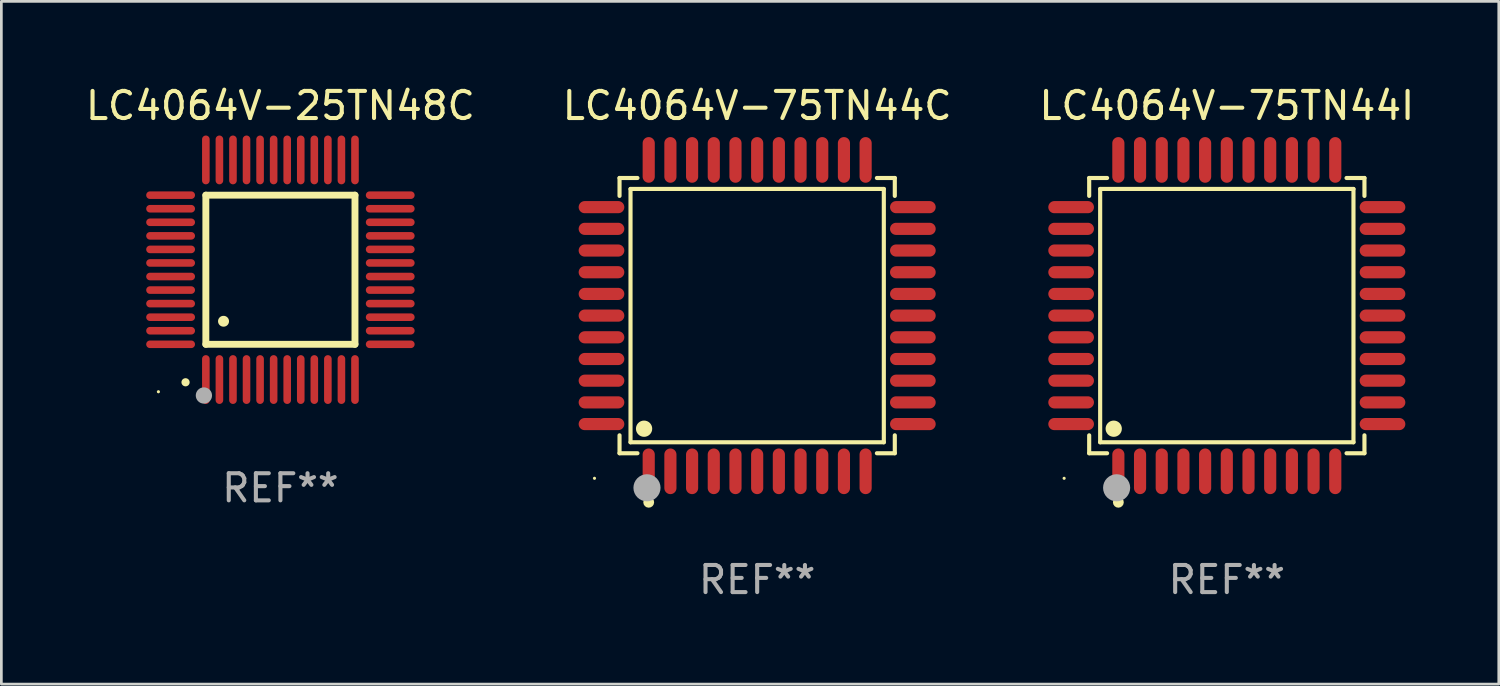
<source format=kicad_pcb>
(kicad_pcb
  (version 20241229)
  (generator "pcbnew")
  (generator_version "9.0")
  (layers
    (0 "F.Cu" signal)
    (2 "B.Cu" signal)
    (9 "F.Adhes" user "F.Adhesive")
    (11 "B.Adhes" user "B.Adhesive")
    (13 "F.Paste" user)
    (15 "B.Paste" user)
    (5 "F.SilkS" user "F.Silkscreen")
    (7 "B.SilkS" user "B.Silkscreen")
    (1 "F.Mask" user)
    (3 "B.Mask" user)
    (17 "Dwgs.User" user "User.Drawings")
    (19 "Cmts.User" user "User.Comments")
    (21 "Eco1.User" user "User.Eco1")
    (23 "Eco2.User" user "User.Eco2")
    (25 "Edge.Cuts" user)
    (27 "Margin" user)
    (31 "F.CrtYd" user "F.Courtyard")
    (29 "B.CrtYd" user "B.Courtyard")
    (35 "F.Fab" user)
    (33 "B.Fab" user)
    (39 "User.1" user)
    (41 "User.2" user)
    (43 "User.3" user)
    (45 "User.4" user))
  (footprint "LC4064V-25TN48C"
    (layer "F.Cu")
    (at 7.292 6.898)
    (property "Reference" "LC4064V-25TN48C" (at 0 -6.05 0) (layer "F.SilkS") (effects (font (size 1 1) (thickness 0.15))))
    (attr through_hole)
    (fp_line (start -2.75 -2.75) (end 2.75 -2.75) (stroke (width 0.254) (type solid)) (layer "F.SilkS"))
    (fp_line (start -2.75 2.75) (end -2.75 -2.75) (stroke (width 0.254) (type solid)) (layer "F.SilkS"))
    (fp_line (start 2.75 -2.75) (end 2.75 2.75) (stroke (width 0.254) (type solid)) (layer "F.SilkS"))
    (fp_line (start 2.75 2.75) (end -2.75 2.75) (stroke (width 0.254) (type solid)) (layer "F.SilkS"))
    (fp_arc (start -3.500127 4.150368) (mid -3.498857 4.150363) (end -3.497587 4.150368) (stroke (width 0.3) (type solid)) (layer "F.SilkS"))
    (fp_arc (start -2.100584 1.899924) (mid -2.098044 1.899908) (end -2.095504 1.899924) (stroke (width 0.4) (type solid)) (layer "F.SilkS"))
    (fp_circle (center -4.5 4.5) (end -4.47 4.5) (stroke (width 0.06) (type solid)) (fill no) (layer "F.SilkS"))
    (fp_circle (center -2.822 4.638) (end -2.672 4.638) (stroke (width 0.3) (type solid)) (fill no) (layer "F.Fab"))
    (fp_text user "REF**" (at 0 8.05 0) (layer "F.Fab") (effects (font (size 1 1) (thickness 0.15))))
    (pad "1" smd oval (at -2.75 4.05) (size 0.28 1.8) (layers "F.Cu" "F.Mask" "F.Paste"))
    (pad "2" smd oval (at -2.25 4.05) (size 0.28 1.8) (layers "F.Cu" "F.Mask" "F.Paste"))
    (pad "3" smd oval (at -1.75 4.05) (size 0.28 1.8) (layers "F.Cu" "F.Mask" "F.Paste"))
    (pad "4" smd oval (at -1.25 4.05) (size 0.28 1.8) (layers "F.Cu" "F.Mask" "F.Paste"))
    (pad "5" smd oval (at -0.75 4.05) (size 0.28 1.8) (layers "F.Cu" "F.Mask" "F.Paste"))
    (pad "6" smd oval (at -0.25 4.05) (size 0.28 1.8) (layers "F.Cu" "F.Mask" "F.Paste"))
    (pad "7" smd oval (at 0.25 4.05) (size 0.28 1.8) (layers "F.Cu" "F.Mask" "F.Paste"))
    (pad "8" smd oval (at 0.75 4.05) (size 0.28 1.8) (layers "F.Cu" "F.Mask" "F.Paste"))
    (pad "9" smd oval (at 1.25 4.05) (size 0.28 1.8) (layers "F.Cu" "F.Mask" "F.Paste"))
    (pad "10" smd oval (at 1.75 4.05) (size 0.28 1.8) (layers "F.Cu" "F.Mask" "F.Paste"))
    (pad "11" smd oval (at 2.25 4.05) (size 0.28 1.8) (layers "F.Cu" "F.Mask" "F.Paste"))
    (pad "12" smd oval (at 2.75 4.05) (size 0.28 1.8) (layers "F.Cu" "F.Mask" "F.Paste"))
    (pad "13" smd oval (at 4.05 2.75) (size 1.8 0.28) (layers "F.Cu" "F.Mask" "F.Paste"))
    (pad "14" smd oval (at 4.05 2.25) (size 1.8 0.28) (layers "F.Cu" "F.Mask" "F.Paste"))
    (pad "15" smd oval (at 4.05 1.75) (size 1.8 0.28) (layers "F.Cu" "F.Mask" "F.Paste"))
    (pad "16" smd oval (at 4.05 1.25) (size 1.8 0.28) (layers "F.Cu" "F.Mask" "F.Paste"))
    (pad "17" smd oval (at 4.05 0.75) (size 1.8 0.28) (layers "F.Cu" "F.Mask" "F.Paste"))
    (pad "18" smd oval (at 4.05 0.25) (size 1.8 0.28) (layers "F.Cu" "F.Mask" "F.Paste"))
    (pad "19" smd oval (at 4.05 -0.25) (size 1.8 0.28) (layers "F.Cu" "F.Mask" "F.Paste"))
    (pad "20" smd oval (at 4.05 -0.75) (size 1.8 0.28) (layers "F.Cu" "F.Mask" "F.Paste"))
    (pad "21" smd oval (at 4.05 -1.25) (size 1.8 0.28) (layers "F.Cu" "F.Mask" "F.Paste"))
    (pad "22" smd oval (at 4.05 -1.75) (size 1.8 0.28) (layers "F.Cu" "F.Mask" "F.Paste"))
    (pad "23" smd oval (at 4.05 -2.25) (size 1.8 0.28) (layers "F.Cu" "F.Mask" "F.Paste"))
    (pad "24" smd oval (at 4.05 -2.75) (size 1.8 0.28) (layers "F.Cu" "F.Mask" "F.Paste"))
    (pad "25" smd oval (at 2.75 -4.05) (size 0.28 1.8) (layers "F.Cu" "F.Mask" "F.Paste"))
    (pad "26" smd oval (at 2.25 -4.05) (size 0.28 1.8) (layers "F.Cu" "F.Mask" "F.Paste"))
    (pad "27" smd oval (at 1.75 -4.05) (size 0.28 1.8) (layers "F.Cu" "F.Mask" "F.Paste"))
    (pad "28" smd oval (at 1.25 -4.05) (size 0.28 1.8) (layers "F.Cu" "F.Mask" "F.Paste"))
    (pad "29" smd oval (at 0.75 -4.05) (size 0.28 1.8) (layers "F.Cu" "F.Mask" "F.Paste"))
    (pad "30" smd oval (at 0.25 -4.05) (size 0.28 1.8) (layers "F.Cu" "F.Mask" "F.Paste"))
    (pad "31" smd oval (at -0.25 -4.05) (size 0.28 1.8) (layers "F.Cu" "F.Mask" "F.Paste"))
    (pad "32" smd oval (at -0.75 -4.05) (size 0.28 1.8) (layers "F.Cu" "F.Mask" "F.Paste"))
    (pad "33" smd oval (at -1.25 -4.05) (size 0.28 1.8) (layers "F.Cu" "F.Mask" "F.Paste"))
    (pad "34" smd oval (at -1.75 -4.05) (size 0.28 1.8) (layers "F.Cu" "F.Mask" "F.Paste"))
    (pad "35" smd oval (at -2.25 -4.05) (size 0.28 1.8) (layers "F.Cu" "F.Mask" "F.Paste"))
    (pad "36" smd oval (at -2.75 -4.05) (size 0.28 1.8) (layers "F.Cu" "F.Mask" "F.Paste"))
    (pad "37" smd oval (at -4.05 -2.75) (size 1.8 0.28) (layers "F.Cu" "F.Mask" "F.Paste"))
    (pad "38" smd oval (at -4.05 -2.25) (size 1.8 0.28) (layers "F.Cu" "F.Mask" "F.Paste"))
    (pad "39" smd oval (at -4.05 -1.75) (size 1.8 0.28) (layers "F.Cu" "F.Mask" "F.Paste"))
    (pad "40" smd oval (at -4.05 -1.25) (size 1.8 0.28) (layers "F.Cu" "F.Mask" "F.Paste"))
    (pad "41" smd oval (at -4.05 -0.75) (size 1.8 0.28) (layers "F.Cu" "F.Mask" "F.Paste"))
    (pad "42" smd oval (at -4.05 -0.25) (size 1.8 0.28) (layers "F.Cu" "F.Mask" "F.Paste"))
    (pad "43" smd oval (at -4.05 0.25) (size 1.8 0.28) (layers "F.Cu" "F.Mask" "F.Paste"))
    (pad "44" smd oval (at -4.05 0.75) (size 1.8 0.28) (layers "F.Cu" "F.Mask" "F.Paste"))
    (pad "45" smd oval (at -4.05 1.25) (size 1.8 0.28) (layers "F.Cu" "F.Mask" "F.Paste"))
    (pad "46" smd oval (at -4.05 1.75) (size 1.8 0.28) (layers "F.Cu" "F.Mask" "F.Paste"))
    (pad "47" smd oval (at -4.05 2.25) (size 1.8 0.28) (layers "F.Cu" "F.Mask" "F.Paste"))
    (pad "48" smd oval (at -4.05 2.75) (size 1.8 0.28) (layers "F.Cu" "F.Mask" "F.Paste")))
  (footprint "LC4064V-75TN44C"
    (layer "F.Cu")
    (at 24.875 8.59)
    (property "Reference" "LC4064V-75TN44C" (at 0 -7.742 0) (layer "F.SilkS") (effects (font (size 1 1) (thickness 0.15))))
    (attr through_hole)
    (fp_line (start -5.076 -5.076) (end -4.415 -5.076) (stroke (width 0.152) (type solid)) (layer "F.SilkS"))
    (fp_line (start -5.076 -4.415) (end -5.076 -5.076) (stroke (width 0.152) (type solid)) (layer "F.SilkS"))
    (fp_line (start -5.076 4.415) (end -5.076 5.076) (stroke (width 0.152) (type solid)) (layer "F.SilkS"))
    (fp_line (start -5.076 5.076) (end -4.415 5.076) (stroke (width 0.152) (type solid)) (layer "F.SilkS"))
    (fp_line (start -4.671 -4.671) (end 4.671 -4.671) (stroke (width 0.152) (type solid)) (layer "F.SilkS"))
    (fp_line (start -4.671 4.671) (end -4.671 -4.671) (stroke (width 0.152) (type solid)) (layer "F.SilkS"))
    (fp_line (start 4.671 -4.671) (end 4.671 4.671) (stroke (width 0.152) (type solid)) (layer "F.SilkS"))
    (fp_line (start 4.671 4.671) (end -4.671 4.671) (stroke (width 0.152) (type solid)) (layer "F.SilkS"))
    (fp_line (start 5.076 -5.076) (end 4.415 -5.076) (stroke (width 0.152) (type solid)) (layer "F.SilkS"))
    (fp_line (start 5.076 -4.415) (end 5.076 -5.076) (stroke (width 0.152) (type solid)) (layer "F.SilkS"))
    (fp_line (start 5.076 4.415) (end 5.076 5.076) (stroke (width 0.152) (type solid)) (layer "F.SilkS"))
    (fp_line (start 5.076 5.076) (end 4.415 5.076) (stroke (width 0.152) (type solid)) (layer "F.SilkS"))
    (fp_circle (center -6 6) (end -5.97 6) (stroke (width 0.06) (type solid)) (fill no) (layer "F.SilkS"))
    (fp_circle (center -4.171 4.171) (end -4.021 4.171) (stroke (width 0.3) (type solid)) (fill no) (layer "F.SilkS"))
    (fp_circle (center -4 6.884) (end -3.9 6.884) (stroke (width 0.2) (type solid)) (fill no) (layer "F.SilkS"))
    (fp_circle (center -4.064 6.35) (end -3.814 6.35) (stroke (width 0.5) (type solid)) (fill no) (layer "F.Fab"))
    (fp_text user "REF**" (at 0 9.742 0) (layer "F.Fab") (effects (font (size 1 1) (thickness 0.15))))
    (pad "1" smd oval (at -4 5.742) (size 0.448 1.684) (layers "F.Cu" "F.Mask" "F.Paste"))
    (pad "2" smd oval (at -3.2 5.742) (size 0.448 1.684) (layers "F.Cu" "F.Mask" "F.Paste"))
    (pad "3" smd oval (at -2.4 5.742) (size 0.448 1.684) (layers "F.Cu" "F.Mask" "F.Paste"))
    (pad "4" smd oval (at -1.6 5.742) (size 0.448 1.684) (layers "F.Cu" "F.Mask" "F.Paste"))
    (pad "5" smd oval (at -0.8 5.742) (size 0.448 1.684) (layers "F.Cu" "F.Mask" "F.Paste"))
    (pad "6" smd oval (at 0 5.742) (size 0.448 1.684) (layers "F.Cu" "F.Mask" "F.Paste"))
    (pad "7" smd oval (at 0.8 5.742) (size 0.448 1.684) (layers "F.Cu" "F.Mask" "F.Paste"))
    (pad "8" smd oval (at 1.6 5.742) (size 0.448 1.684) (layers "F.Cu" "F.Mask" "F.Paste"))
    (pad "9" smd oval (at 2.4 5.742) (size 0.448 1.684) (layers "F.Cu" "F.Mask" "F.Paste"))
    (pad "10" smd oval (at 3.2 5.742) (size 0.448 1.684) (layers "F.Cu" "F.Mask" "F.Paste"))
    (pad "11" smd oval (at 4 5.742) (size 0.448 1.684) (layers "F.Cu" "F.Mask" "F.Paste"))
    (pad "12" smd oval (at 5.742 4) (size 1.684 0.448) (layers "F.Cu" "F.Mask" "F.Paste"))
    (pad "13" smd oval (at 5.742 3.2) (size 1.684 0.448) (layers "F.Cu" "F.Mask" "F.Paste"))
    (pad "14" smd oval (at 5.742 2.4) (size 1.684 0.448) (layers "F.Cu" "F.Mask" "F.Paste"))
    (pad "15" smd oval (at 5.742 1.6) (size 1.684 0.448) (layers "F.Cu" "F.Mask" "F.Paste"))
    (pad "16" smd oval (at 5.742 0.8) (size 1.684 0.448) (layers "F.Cu" "F.Mask" "F.Paste"))
    (pad "17" smd oval (at 5.742 0) (size 1.684 0.448) (layers "F.Cu" "F.Mask" "F.Paste"))
    (pad "18" smd oval (at 5.742 -0.8) (size 1.684 0.448) (layers "F.Cu" "F.Mask" "F.Paste"))
    (pad "19" smd oval (at 5.742 -1.6) (size 1.684 0.448) (layers "F.Cu" "F.Mask" "F.Paste"))
    (pad "20" smd oval (at 5.742 -2.4) (size 1.684 0.448) (layers "F.Cu" "F.Mask" "F.Paste"))
    (pad "21" smd oval (at 5.742 -3.2) (size 1.684 0.448) (layers "F.Cu" "F.Mask" "F.Paste"))
    (pad "22" smd oval (at 5.742 -4) (size 1.684 0.448) (layers "F.Cu" "F.Mask" "F.Paste"))
    (pad "23" smd oval (at 4 -5.742) (size 0.448 1.684) (layers "F.Cu" "F.Mask" "F.Paste"))
    (pad "24" smd oval (at 3.2 -5.742) (size 0.448 1.684) (layers "F.Cu" "F.Mask" "F.Paste"))
    (pad "25" smd oval (at 2.4 -5.742) (size 0.448 1.684) (layers "F.Cu" "F.Mask" "F.Paste"))
    (pad "26" smd oval (at 1.6 -5.742) (size 0.448 1.684) (layers "F.Cu" "F.Mask" "F.Paste"))
    (pad "27" smd oval (at 0.8 -5.742) (size 0.448 1.684) (layers "F.Cu" "F.Mask" "F.Paste"))
    (pad "28" smd oval (at 0 -5.742) (size 0.448 1.684) (layers "F.Cu" "F.Mask" "F.Paste"))
    (pad "29" smd oval (at -0.8 -5.742) (size 0.448 1.684) (layers "F.Cu" "F.Mask" "F.Paste"))
    (pad "30" smd oval (at -1.6 -5.742) (size 0.448 1.684) (layers "F.Cu" "F.Mask" "F.Paste"))
    (pad "31" smd oval (at -2.4 -5.742) (size 0.448 1.684) (layers "F.Cu" "F.Mask" "F.Paste"))
    (pad "32" smd oval (at -3.2 -5.742) (size 0.448 1.684) (layers "F.Cu" "F.Mask" "F.Paste"))
    (pad "33" smd oval (at -4 -5.742) (size 0.448 1.684) (layers "F.Cu" "F.Mask" "F.Paste"))
    (pad "34" smd oval (at -5.742 -4) (size 1.684 0.448) (layers "F.Cu" "F.Mask" "F.Paste"))
    (pad "35" smd oval (at -5.742 -3.2) (size 1.684 0.448) (layers "F.Cu" "F.Mask" "F.Paste"))
    (pad "36" smd oval (at -5.742 -2.4) (size 1.684 0.448) (layers "F.Cu" "F.Mask" "F.Paste"))
    (pad "37" smd oval (at -5.742 -1.6) (size 1.684 0.448) (layers "F.Cu" "F.Mask" "F.Paste"))
    (pad "38" smd oval (at -5.742 -0.8) (size 1.684 0.448) (layers "F.Cu" "F.Mask" "F.Paste"))
    (pad "39" smd oval (at -5.742 0) (size 1.684 0.448) (layers "F.Cu" "F.Mask" "F.Paste"))
    (pad "40" smd oval (at -5.742 0.8) (size 1.684 0.448) (layers "F.Cu" "F.Mask" "F.Paste"))
    (pad "41" smd oval (at -5.742 1.6) (size 1.684 0.448) (layers "F.Cu" "F.Mask" "F.Paste"))
    (pad "42" smd oval (at -5.742 2.4) (size 1.684 0.448) (layers "F.Cu" "F.Mask" "F.Paste"))
    (pad "43" smd oval (at -5.742 3.2) (size 1.684 0.448) (layers "F.Cu" "F.Mask" "F.Paste"))
    (pad "44" smd oval (at -5.742 4) (size 1.684 0.448) (layers "F.Cu" "F.Mask" "F.Paste")))
  (footprint "LC4064V-75TN44I"
    (layer "F.Cu")
    (at 42.196 8.59)
    (property "Reference" "LC4064V-75TN44I" (at 0 -7.742 0) (layer "F.SilkS") (effects (font (size 1 1) (thickness 0.15))))
    (attr through_hole)
    (fp_line (start -5.076 -5.076) (end -4.415 -5.076) (stroke (width 0.152) (type solid)) (layer "F.SilkS"))
    (fp_line (start -5.076 -4.415) (end -5.076 -5.076) (stroke (width 0.152) (type solid)) (layer "F.SilkS"))
    (fp_line (start -5.076 4.415) (end -5.076 5.076) (stroke (width 0.152) (type solid)) (layer "F.SilkS"))
    (fp_line (start -5.076 5.076) (end -4.415 5.076) (stroke (width 0.152) (type solid)) (layer "F.SilkS"))
    (fp_line (start -4.671 -4.671) (end 4.671 -4.671) (stroke (width 0.152) (type solid)) (layer "F.SilkS"))
    (fp_line (start -4.671 4.671) (end -4.671 -4.671) (stroke (width 0.152) (type solid)) (layer "F.SilkS"))
    (fp_line (start 4.671 -4.671) (end 4.671 4.671) (stroke (width 0.152) (type solid)) (layer "F.SilkS"))
    (fp_line (start 4.671 4.671) (end -4.671 4.671) (stroke (width 0.152) (type solid)) (layer "F.SilkS"))
    (fp_line (start 5.076 -5.076) (end 4.415 -5.076) (stroke (width 0.152) (type solid)) (layer "F.SilkS"))
    (fp_line (start 5.076 -4.415) (end 5.076 -5.076) (stroke (width 0.152) (type solid)) (layer "F.SilkS"))
    (fp_line (start 5.076 4.415) (end 5.076 5.076) (stroke (width 0.152) (type solid)) (layer "F.SilkS"))
    (fp_line (start 5.076 5.076) (end 4.415 5.076) (stroke (width 0.152) (type solid)) (layer "F.SilkS"))
    (fp_circle (center -6 6) (end -5.97 6) (stroke (width 0.06) (type solid)) (fill no) (layer "F.SilkS"))
    (fp_circle (center -4.171 4.171) (end -4.021 4.171) (stroke (width 0.3) (type solid)) (fill no) (layer "F.SilkS"))
    (fp_circle (center -4 6.884) (end -3.9 6.884) (stroke (width 0.2) (type solid)) (fill no) (layer "F.SilkS"))
    (fp_circle (center -4.064 6.35) (end -3.814 6.35) (stroke (width 0.5) (type solid)) (fill no) (layer "F.Fab"))
    (fp_text user "REF**" (at 0 9.742 0) (layer "F.Fab") (effects (font (size 1 1) (thickness 0.15))))
    (pad "1" smd oval (at -4 5.742) (size 0.448 1.684) (layers "F.Cu" "F.Mask" "F.Paste"))
    (pad "2" smd oval (at -3.2 5.742) (size 0.448 1.684) (layers "F.Cu" "F.Mask" "F.Paste"))
    (pad "3" smd oval (at -2.4 5.742) (size 0.448 1.684) (layers "F.Cu" "F.Mask" "F.Paste"))
    (pad "4" smd oval (at -1.6 5.742) (size 0.448 1.684) (layers "F.Cu" "F.Mask" "F.Paste"))
    (pad "5" smd oval (at -0.8 5.742) (size 0.448 1.684) (layers "F.Cu" "F.Mask" "F.Paste"))
    (pad "6" smd oval (at 0 5.742) (size 0.448 1.684) (layers "F.Cu" "F.Mask" "F.Paste"))
    (pad "7" smd oval (at 0.8 5.742) (size 0.448 1.684) (layers "F.Cu" "F.Mask" "F.Paste"))
    (pad "8" smd oval (at 1.6 5.742) (size 0.448 1.684) (layers "F.Cu" "F.Mask" "F.Paste"))
    (pad "9" smd oval (at 2.4 5.742) (size 0.448 1.684) (layers "F.Cu" "F.Mask" "F.Paste"))
    (pad "10" smd oval (at 3.2 5.742) (size 0.448 1.684) (layers "F.Cu" "F.Mask" "F.Paste"))
    (pad "11" smd oval (at 4 5.742) (size 0.448 1.684) (layers "F.Cu" "F.Mask" "F.Paste"))
    (pad "12" smd oval (at 5.742 4) (size 1.684 0.448) (layers "F.Cu" "F.Mask" "F.Paste"))
    (pad "13" smd oval (at 5.742 3.2) (size 1.684 0.448) (layers "F.Cu" "F.Mask" "F.Paste"))
    (pad "14" smd oval (at 5.742 2.4) (size 1.684 0.448) (layers "F.Cu" "F.Mask" "F.Paste"))
    (pad "15" smd oval (at 5.742 1.6) (size 1.684 0.448) (layers "F.Cu" "F.Mask" "F.Paste"))
    (pad "16" smd oval (at 5.742 0.8) (size 1.684 0.448) (layers "F.Cu" "F.Mask" "F.Paste"))
    (pad "17" smd oval (at 5.742 0) (size 1.684 0.448) (layers "F.Cu" "F.Mask" "F.Paste"))
    (pad "18" smd oval (at 5.742 -0.8) (size 1.684 0.448) (layers "F.Cu" "F.Mask" "F.Paste"))
    (pad "19" smd oval (at 5.742 -1.6) (size 1.684 0.448) (layers "F.Cu" "F.Mask" "F.Paste"))
    (pad "20" smd oval (at 5.742 -2.4) (size 1.684 0.448) (layers "F.Cu" "F.Mask" "F.Paste"))
    (pad "21" smd oval (at 5.742 -3.2) (size 1.684 0.448) (layers "F.Cu" "F.Mask" "F.Paste"))
    (pad "22" smd oval (at 5.742 -4) (size 1.684 0.448) (layers "F.Cu" "F.Mask" "F.Paste"))
    (pad "23" smd oval (at 4 -5.742) (size 0.448 1.684) (layers "F.Cu" "F.Mask" "F.Paste"))
    (pad "24" smd oval (at 3.2 -5.742) (size 0.448 1.684) (layers "F.Cu" "F.Mask" "F.Paste"))
    (pad "25" smd oval (at 2.4 -5.742) (size 0.448 1.684) (layers "F.Cu" "F.Mask" "F.Paste"))
    (pad "26" smd oval (at 1.6 -5.742) (size 0.448 1.684) (layers "F.Cu" "F.Mask" "F.Paste"))
    (pad "27" smd oval (at 0.8 -5.742) (size 0.448 1.684) (layers "F.Cu" "F.Mask" "F.Paste"))
    (pad "28" smd oval (at 0 -5.742) (size 0.448 1.684) (layers "F.Cu" "F.Mask" "F.Paste"))
    (pad "29" smd oval (at -0.8 -5.742) (size 0.448 1.684) (layers "F.Cu" "F.Mask" "F.Paste"))
    (pad "30" smd oval (at -1.6 -5.742) (size 0.448 1.684) (layers "F.Cu" "F.Mask" "F.Paste"))
    (pad "31" smd oval (at -2.4 -5.742) (size 0.448 1.684) (layers "F.Cu" "F.Mask" "F.Paste"))
    (pad "32" smd oval (at -3.2 -5.742) (size 0.448 1.684) (layers "F.Cu" "F.Mask" "F.Paste"))
    (pad "33" smd oval (at -4 -5.742) (size 0.448 1.684) (layers "F.Cu" "F.Mask" "F.Paste"))
    (pad "34" smd oval (at -5.742 -4) (size 1.684 0.448) (layers "F.Cu" "F.Mask" "F.Paste"))
    (pad "35" smd oval (at -5.742 -3.2) (size 1.684 0.448) (layers "F.Cu" "F.Mask" "F.Paste"))
    (pad "36" smd oval (at -5.742 -2.4) (size 1.684 0.448) (layers "F.Cu" "F.Mask" "F.Paste"))
    (pad "37" smd oval (at -5.742 -1.6) (size 1.684 0.448) (layers "F.Cu" "F.Mask" "F.Paste"))
    (pad "38" smd oval (at -5.742 -0.8) (size 1.684 0.448) (layers "F.Cu" "F.Mask" "F.Paste"))
    (pad "39" smd oval (at -5.742 0) (size 1.684 0.448) (layers "F.Cu" "F.Mask" "F.Paste"))
    (pad "40" smd oval (at -5.742 0.8) (size 1.684 0.448) (layers "F.Cu" "F.Mask" "F.Paste"))
    (pad "41" smd oval (at -5.742 1.6) (size 1.684 0.448) (layers "F.Cu" "F.Mask" "F.Paste"))
    (pad "42" smd oval (at -5.742 2.4) (size 1.684 0.448) (layers "F.Cu" "F.Mask" "F.Paste"))
    (pad "43" smd oval (at -5.742 3.2) (size 1.684 0.448) (layers "F.Cu" "F.Mask" "F.Paste"))
    (pad "44" smd oval (at -5.742 4) (size 1.684 0.448) (layers "F.Cu" "F.Mask" "F.Paste")))
  (gr_rect
    (start -3 -3)
    (end 52.226 22.18)
    (stroke (width 0.1) (type default))
    (fill no)
    (layer "Edge.Cuts")))
</source>
